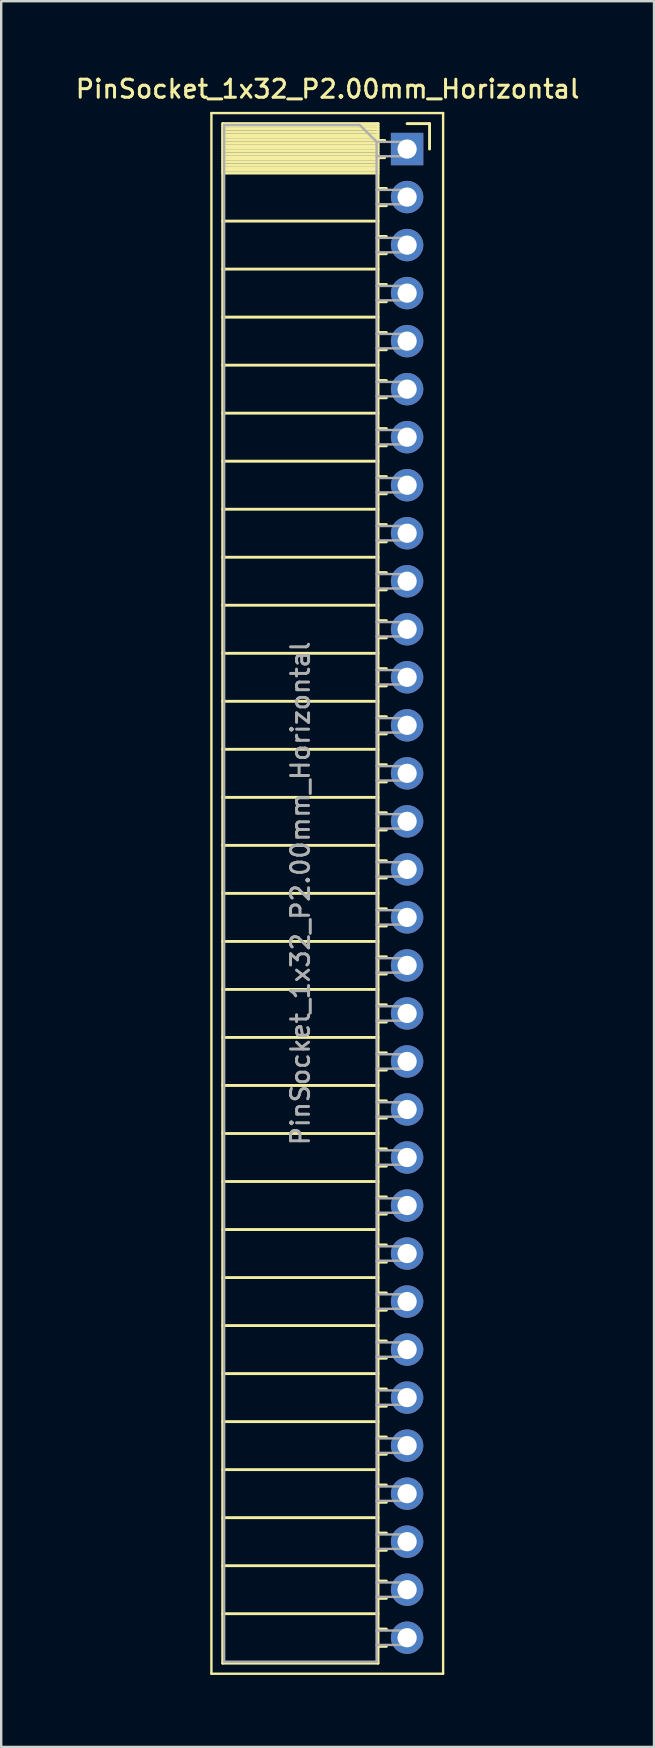
<source format=kicad_pcb>
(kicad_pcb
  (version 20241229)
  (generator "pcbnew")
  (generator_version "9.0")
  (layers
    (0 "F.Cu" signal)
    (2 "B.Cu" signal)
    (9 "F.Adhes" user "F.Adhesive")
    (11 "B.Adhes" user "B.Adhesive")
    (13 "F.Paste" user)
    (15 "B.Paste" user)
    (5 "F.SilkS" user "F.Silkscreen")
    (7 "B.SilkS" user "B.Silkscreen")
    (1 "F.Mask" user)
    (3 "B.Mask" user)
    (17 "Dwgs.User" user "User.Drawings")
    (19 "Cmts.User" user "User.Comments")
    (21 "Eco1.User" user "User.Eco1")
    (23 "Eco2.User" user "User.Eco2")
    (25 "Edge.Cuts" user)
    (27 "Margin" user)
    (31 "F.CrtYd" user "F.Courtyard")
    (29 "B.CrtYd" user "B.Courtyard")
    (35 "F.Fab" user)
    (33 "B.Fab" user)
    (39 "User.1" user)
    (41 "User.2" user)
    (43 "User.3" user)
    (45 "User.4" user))
  (footprint "PinSocket_1x32_P2.00mm_Horizontal"
    (layer "F.Cu")
    (at 13.905 3.158)
    (property "Reference" "PinSocket_1x32_P2.00mm_Horizontal" (at -3.31 -2.5 0) (layer "F.SilkS") (effects (font (size 0.75 0.75) (thickness 0.125))))
    (attr through_hole)
    (fp_line (start -8.15 -1.5) (end -8.15 63.5) (stroke (width 0.1) (type solid)) (layer "F.SilkS"))
    (fp_line (start -8.15 63.5) (end 1.5 63.5) (stroke (width 0.1) (type solid)) (layer "F.SilkS"))
    (fp_line (start -7.68 -1.06) (end -7.68 63.06) (stroke (width 0.12) (type solid)) (layer "F.SilkS"))
    (fp_line (start -7.68 -1.06) (end -1.21 -1.06) (stroke (width 0.12) (type solid)) (layer "F.SilkS"))
    (fp_line (start -7.68 -0.94) (end -1.21 -0.94) (stroke (width 0.12) (type solid)) (layer "F.SilkS"))
    (fp_line (start -7.68 -0.826) (end -1.21 -0.826) (stroke (width 0.12) (type solid)) (layer "F.SilkS"))
    (fp_line (start -7.68 -0.712) (end -1.21 -0.712) (stroke (width 0.12) (type solid)) (layer "F.SilkS"))
    (fp_line (start -7.68 -0.598) (end -1.21 -0.598) (stroke (width 0.12) (type solid)) (layer "F.SilkS"))
    (fp_line (start -7.68 -0.484) (end -1.21 -0.484) (stroke (width 0.12) (type solid)) (layer "F.SilkS"))
    (fp_line (start -7.68 -0.369) (end -1.21 -0.369) (stroke (width 0.12) (type solid)) (layer "F.SilkS"))
    (fp_line (start -7.68 -0.255) (end -1.21 -0.255) (stroke (width 0.12) (type solid)) (layer "F.SilkS"))
    (fp_line (start -7.68 -0.141) (end -1.21 -0.141) (stroke (width 0.12) (type solid)) (layer "F.SilkS"))
    (fp_line (start -7.68 -0.027) (end -1.21 -0.027) (stroke (width 0.12) (type solid)) (layer "F.SilkS"))
    (fp_line (start -7.68 0.087) (end -1.21 0.087) (stroke (width 0.12) (type solid)) (layer "F.SilkS"))
    (fp_line (start -7.68 0.201) (end -1.21 0.201) (stroke (width 0.12) (type solid)) (layer "F.SilkS"))
    (fp_line (start -7.68 0.315) (end -1.21 0.315) (stroke (width 0.12) (type solid)) (layer "F.SilkS"))
    (fp_line (start -7.68 0.429) (end -1.21 0.429) (stroke (width 0.12) (type solid)) (layer "F.SilkS"))
    (fp_line (start -7.68 0.544) (end -1.21 0.544) (stroke (width 0.12) (type solid)) (layer "F.SilkS"))
    (fp_line (start -7.68 0.658) (end -1.21 0.658) (stroke (width 0.12) (type solid)) (layer "F.SilkS"))
    (fp_line (start -7.68 0.772) (end -1.21 0.772) (stroke (width 0.12) (type solid)) (layer "F.SilkS"))
    (fp_line (start -7.68 0.886) (end -1.21 0.886) (stroke (width 0.12) (type solid)) (layer "F.SilkS"))
    (fp_line (start -7.68 1) (end -1.21 1) (stroke (width 0.12) (type solid)) (layer "F.SilkS"))
    (fp_line (start -7.68 3) (end -1.21 3) (stroke (width 0.12) (type solid)) (layer "F.SilkS"))
    (fp_line (start -7.68 5) (end -1.21 5) (stroke (width 0.12) (type solid)) (layer "F.SilkS"))
    (fp_line (start -7.68 7) (end -1.21 7) (stroke (width 0.12) (type solid)) (layer "F.SilkS"))
    (fp_line (start -7.68 9) (end -1.21 9) (stroke (width 0.12) (type solid)) (layer "F.SilkS"))
    (fp_line (start -7.68 11) (end -1.21 11) (stroke (width 0.12) (type solid)) (layer "F.SilkS"))
    (fp_line (start -7.68 13) (end -1.21 13) (stroke (width 0.12) (type solid)) (layer "F.SilkS"))
    (fp_line (start -7.68 15) (end -1.21 15) (stroke (width 0.12) (type solid)) (layer "F.SilkS"))
    (fp_line (start -7.68 17) (end -1.21 17) (stroke (width 0.12) (type solid)) (layer "F.SilkS"))
    (fp_line (start -7.68 19) (end -1.21 19) (stroke (width 0.12) (type solid)) (layer "F.SilkS"))
    (fp_line (start -7.68 21) (end -1.21 21) (stroke (width 0.12) (type solid)) (layer "F.SilkS"))
    (fp_line (start -7.68 23) (end -1.21 23) (stroke (width 0.12) (type solid)) (layer "F.SilkS"))
    (fp_line (start -7.68 25) (end -1.21 25) (stroke (width 0.12) (type solid)) (layer "F.SilkS"))
    (fp_line (start -7.68 27) (end -1.21 27) (stroke (width 0.12) (type solid)) (layer "F.SilkS"))
    (fp_line (start -7.68 29) (end -1.21 29) (stroke (width 0.12) (type solid)) (layer "F.SilkS"))
    (fp_line (start -7.68 31) (end -1.21 31) (stroke (width 0.12) (type solid)) (layer "F.SilkS"))
    (fp_line (start -7.68 33) (end -1.21 33) (stroke (width 0.12) (type solid)) (layer "F.SilkS"))
    (fp_line (start -7.68 35) (end -1.21 35) (stroke (width 0.12) (type solid)) (layer "F.SilkS"))
    (fp_line (start -7.68 37) (end -1.21 37) (stroke (width 0.12) (type solid)) (layer "F.SilkS"))
    (fp_line (start -7.68 39) (end -1.21 39) (stroke (width 0.12) (type solid)) (layer "F.SilkS"))
    (fp_line (start -7.68 41) (end -1.21 41) (stroke (width 0.12) (type solid)) (layer "F.SilkS"))
    (fp_line (start -7.68 43) (end -1.21 43) (stroke (width 0.12) (type solid)) (layer "F.SilkS"))
    (fp_line (start -7.68 45) (end -1.21 45) (stroke (width 0.12) (type solid)) (layer "F.SilkS"))
    (fp_line (start -7.68 47) (end -1.21 47) (stroke (width 0.12) (type solid)) (layer "F.SilkS"))
    (fp_line (start -7.68 49) (end -1.21 49) (stroke (width 0.12) (type solid)) (layer "F.SilkS"))
    (fp_line (start -7.68 51) (end -1.21 51) (stroke (width 0.12) (type solid)) (layer "F.SilkS"))
    (fp_line (start -7.68 53) (end -1.21 53) (stroke (width 0.12) (type solid)) (layer "F.SilkS"))
    (fp_line (start -7.68 55) (end -1.21 55) (stroke (width 0.12) (type solid)) (layer "F.SilkS"))
    (fp_line (start -7.68 57) (end -1.21 57) (stroke (width 0.12) (type solid)) (layer "F.SilkS"))
    (fp_line (start -7.68 59) (end -1.21 59) (stroke (width 0.12) (type solid)) (layer "F.SilkS"))
    (fp_line (start -7.68 61) (end -1.21 61) (stroke (width 0.12) (type solid)) (layer "F.SilkS"))
    (fp_line (start -7.68 63.06) (end -1.21 63.06) (stroke (width 0.12) (type solid)) (layer "F.SilkS"))
    (fp_line (start -1.21 -1.06) (end -1.21 63.06) (stroke (width 0.12) (type solid)) (layer "F.SilkS"))
    (fp_line (start -1.21 -0.36) (end -0.935 -0.36) (stroke (width 0.12) (type solid)) (layer "F.SilkS"))
    (fp_line (start -1.21 0.36) (end -0.935 0.36) (stroke (width 0.12) (type solid)) (layer "F.SilkS"))
    (fp_line (start -1.21 1.64) (end -0.863 1.64) (stroke (width 0.12) (type solid)) (layer "F.SilkS"))
    (fp_line (start -1.21 2.36) (end -0.863 2.36) (stroke (width 0.12) (type solid)) (layer "F.SilkS"))
    (fp_line (start -1.21 3.64) (end -0.863 3.64) (stroke (width 0.12) (type solid)) (layer "F.SilkS"))
    (fp_line (start -1.21 4.36) (end -0.863 4.36) (stroke (width 0.12) (type solid)) (layer "F.SilkS"))
    (fp_line (start -1.21 5.64) (end -0.863 5.64) (stroke (width 0.12) (type solid)) (layer "F.SilkS"))
    (fp_line (start -1.21 6.36) (end -0.863 6.36) (stroke (width 0.12) (type solid)) (layer "F.SilkS"))
    (fp_line (start -1.21 7.64) (end -0.863 7.64) (stroke (width 0.12) (type solid)) (layer "F.SilkS"))
    (fp_line (start -1.21 8.36) (end -0.863 8.36) (stroke (width 0.12) (type solid)) (layer "F.SilkS"))
    (fp_line (start -1.21 9.64) (end -0.863 9.64) (stroke (width 0.12) (type solid)) (layer "F.SilkS"))
    (fp_line (start -1.21 10.36) (end -0.863 10.36) (stroke (width 0.12) (type solid)) (layer "F.SilkS"))
    (fp_line (start -1.21 11.64) (end -0.863 11.64) (stroke (width 0.12) (type solid)) (layer "F.SilkS"))
    (fp_line (start -1.21 12.36) (end -0.863 12.36) (stroke (width 0.12) (type solid)) (layer "F.SilkS"))
    (fp_line (start -1.21 13.64) (end -0.863 13.64) (stroke (width 0.12) (type solid)) (layer "F.SilkS"))
    (fp_line (start -1.21 14.36) (end -0.863 14.36) (stroke (width 0.12) (type solid)) (layer "F.SilkS"))
    (fp_line (start -1.21 15.64) (end -0.863 15.64) (stroke (width 0.12) (type solid)) (layer "F.SilkS"))
    (fp_line (start -1.21 16.36) (end -0.863 16.36) (stroke (width 0.12) (type solid)) (layer "F.SilkS"))
    (fp_line (start -1.21 17.64) (end -0.863 17.64) (stroke (width 0.12) (type solid)) (layer "F.SilkS"))
    (fp_line (start -1.21 18.36) (end -0.863 18.36) (stroke (width 0.12) (type solid)) (layer "F.SilkS"))
    (fp_line (start -1.21 19.64) (end -0.863 19.64) (stroke (width 0.12) (type solid)) (layer "F.SilkS"))
    (fp_line (start -1.21 20.36) (end -0.863 20.36) (stroke (width 0.12) (type solid)) (layer "F.SilkS"))
    (fp_line (start -1.21 21.64) (end -0.863 21.64) (stroke (width 0.12) (type solid)) (layer "F.SilkS"))
    (fp_line (start -1.21 22.36) (end -0.863 22.36) (stroke (width 0.12) (type solid)) (layer "F.SilkS"))
    (fp_line (start -1.21 23.64) (end -0.863 23.64) (stroke (width 0.12) (type solid)) (layer "F.SilkS"))
    (fp_line (start -1.21 24.36) (end -0.863 24.36) (stroke (width 0.12) (type solid)) (layer "F.SilkS"))
    (fp_line (start -1.21 25.64) (end -0.863 25.64) (stroke (width 0.12) (type solid)) (layer "F.SilkS"))
    (fp_line (start -1.21 26.36) (end -0.863 26.36) (stroke (width 0.12) (type solid)) (layer "F.SilkS"))
    (fp_line (start -1.21 27.64) (end -0.863 27.64) (stroke (width 0.12) (type solid)) (layer "F.SilkS"))
    (fp_line (start -1.21 28.36) (end -0.863 28.36) (stroke (width 0.12) (type solid)) (layer "F.SilkS"))
    (fp_line (start -1.21 29.64) (end -0.863 29.64) (stroke (width 0.12) (type solid)) (layer "F.SilkS"))
    (fp_line (start -1.21 30.36) (end -0.863 30.36) (stroke (width 0.12) (type solid)) (layer "F.SilkS"))
    (fp_line (start -1.21 31.64) (end -0.863 31.64) (stroke (width 0.12) (type solid)) (layer "F.SilkS"))
    (fp_line (start -1.21 32.36) (end -0.863 32.36) (stroke (width 0.12) (type solid)) (layer "F.SilkS"))
    (fp_line (start -1.21 33.64) (end -0.863 33.64) (stroke (width 0.12) (type solid)) (layer "F.SilkS"))
    (fp_line (start -1.21 34.36) (end -0.863 34.36) (stroke (width 0.12) (type solid)) (layer "F.SilkS"))
    (fp_line (start -1.21 35.64) (end -0.863 35.64) (stroke (width 0.12) (type solid)) (layer "F.SilkS"))
    (fp_line (start -1.21 36.36) (end -0.863 36.36) (stroke (width 0.12) (type solid)) (layer "F.SilkS"))
    (fp_line (start -1.21 37.64) (end -0.863 37.64) (stroke (width 0.12) (type solid)) (layer "F.SilkS"))
    (fp_line (start -1.21 38.36) (end -0.863 38.36) (stroke (width 0.12) (type solid)) (layer "F.SilkS"))
    (fp_line (start -1.21 39.64) (end -0.863 39.64) (stroke (width 0.12) (type solid)) (layer "F.SilkS"))
    (fp_line (start -1.21 40.36) (end -0.863 40.36) (stroke (width 0.12) (type solid)) (layer "F.SilkS"))
    (fp_line (start -1.21 41.64) (end -0.863 41.64) (stroke (width 0.12) (type solid)) (layer "F.SilkS"))
    (fp_line (start -1.21 42.36) (end -0.863 42.36) (stroke (width 0.12) (type solid)) (layer "F.SilkS"))
    (fp_line (start -1.21 43.64) (end -0.863 43.64) (stroke (width 0.12) (type solid)) (layer "F.SilkS"))
    (fp_line (start -1.21 44.36) (end -0.863 44.36) (stroke (width 0.12) (type solid)) (layer "F.SilkS"))
    (fp_line (start -1.21 45.64) (end -0.863 45.64) (stroke (width 0.12) (type solid)) (layer "F.SilkS"))
    (fp_line (start -1.21 46.36) (end -0.863 46.36) (stroke (width 0.12) (type solid)) (layer "F.SilkS"))
    (fp_line (start -1.21 47.64) (end -0.863 47.64) (stroke (width 0.12) (type solid)) (layer "F.SilkS"))
    (fp_line (start -1.21 48.36) (end -0.863 48.36) (stroke (width 0.12) (type solid)) (layer "F.SilkS"))
    (fp_line (start -1.21 49.64) (end -0.863 49.64) (stroke (width 0.12) (type solid)) (layer "F.SilkS"))
    (fp_line (start -1.21 50.36) (end -0.863 50.36) (stroke (width 0.12) (type solid)) (layer "F.SilkS"))
    (fp_line (start -1.21 51.64) (end -0.863 51.64) (stroke (width 0.12) (type solid)) (layer "F.SilkS"))
    (fp_line (start -1.21 52.36) (end -0.863 52.36) (stroke (width 0.12) (type solid)) (layer "F.SilkS"))
    (fp_line (start -1.21 53.64) (end -0.863 53.64) (stroke (width 0.12) (type solid)) (layer "F.SilkS"))
    (fp_line (start -1.21 54.36) (end -0.863 54.36) (stroke (width 0.12) (type solid)) (layer "F.SilkS"))
    (fp_line (start -1.21 55.64) (end -0.863 55.64) (stroke (width 0.12) (type solid)) (layer "F.SilkS"))
    (fp_line (start -1.21 56.36) (end -0.863 56.36) (stroke (width 0.12) (type solid)) (layer "F.SilkS"))
    (fp_line (start -1.21 57.64) (end -0.863 57.64) (stroke (width 0.12) (type solid)) (layer "F.SilkS"))
    (fp_line (start -1.21 58.36) (end -0.863 58.36) (stroke (width 0.12) (type solid)) (layer "F.SilkS"))
    (fp_line (start -1.21 59.64) (end -0.863 59.64) (stroke (width 0.12) (type solid)) (layer "F.SilkS"))
    (fp_line (start -1.21 60.36) (end -0.863 60.36) (stroke (width 0.12) (type solid)) (layer "F.SilkS"))
    (fp_line (start -1.21 61.64) (end -0.863 61.64) (stroke (width 0.12) (type solid)) (layer "F.SilkS"))
    (fp_line (start -1.21 62.36) (end -0.863 62.36) (stroke (width 0.12) (type solid)) (layer "F.SilkS"))
    (fp_line (start 0 -1.06) (end 0.935 -1.06) (stroke (width 0.12) (type solid)) (layer "F.SilkS"))
    (fp_line (start 0.935 -1.06) (end 0.935 0) (stroke (width 0.12) (type solid)) (layer "F.SilkS"))
    (fp_line (start 1.5 -1.5) (end -8.15 -1.5) (stroke (width 0.1) (type solid)) (layer "F.SilkS"))
    (fp_line (start 1.5 63.5) (end 1.5 -1.5) (stroke (width 0.1) (type solid)) (layer "F.SilkS"))
    (fp_line (start -7.62 -1) (end -1.97 -1) (stroke (width 0.1) (type solid)) (layer "F.Fab"))
    (fp_line (start -7.62 63) (end -7.62 -1) (stroke (width 0.1) (type solid)) (layer "F.Fab"))
    (fp_line (start -1.97 -1) (end -1.27 -0.3) (stroke (width 0.1) (type solid)) (layer "F.Fab"))
    (fp_line (start -1.27 -0.3) (end -1.27 63) (stroke (width 0.1) (type solid)) (layer "F.Fab"))
    (fp_line (start -1.27 0.3) (end 0 0.3) (stroke (width 0.1) (type solid)) (layer "F.Fab"))
    (fp_line (start -1.27 2.3) (end 0 2.3) (stroke (width 0.1) (type solid)) (layer "F.Fab"))
    (fp_line (start -1.27 4.3) (end 0 4.3) (stroke (width 0.1) (type solid)) (layer "F.Fab"))
    (fp_line (start -1.27 6.3) (end 0 6.3) (stroke (width 0.1) (type solid)) (layer "F.Fab"))
    (fp_line (start -1.27 8.3) (end 0 8.3) (stroke (width 0.1) (type solid)) (layer "F.Fab"))
    (fp_line (start -1.27 10.3) (end 0 10.3) (stroke (width 0.1) (type solid)) (layer "F.Fab"))
    (fp_line (start -1.27 12.3) (end 0 12.3) (stroke (width 0.1) (type solid)) (layer "F.Fab"))
    (fp_line (start -1.27 14.3) (end 0 14.3) (stroke (width 0.1) (type solid)) (layer "F.Fab"))
    (fp_line (start -1.27 16.3) (end 0 16.3) (stroke (width 0.1) (type solid)) (layer "F.Fab"))
    (fp_line (start -1.27 18.3) (end 0 18.3) (stroke (width 0.1) (type solid)) (layer "F.Fab"))
    (fp_line (start -1.27 20.3) (end 0 20.3) (stroke (width 0.1) (type solid)) (layer "F.Fab"))
    (fp_line (start -1.27 22.3) (end 0 22.3) (stroke (width 0.1) (type solid)) (layer "F.Fab"))
    (fp_line (start -1.27 24.3) (end 0 24.3) (stroke (width 0.1) (type solid)) (layer "F.Fab"))
    (fp_line (start -1.27 26.3) (end 0 26.3) (stroke (width 0.1) (type solid)) (layer "F.Fab"))
    (fp_line (start -1.27 28.3) (end 0 28.3) (stroke (width 0.1) (type solid)) (layer "F.Fab"))
    (fp_line (start -1.27 30.3) (end 0 30.3) (stroke (width 0.1) (type solid)) (layer "F.Fab"))
    (fp_line (start -1.27 32.3) (end 0 32.3) (stroke (width 0.1) (type solid)) (layer "F.Fab"))
    (fp_line (start -1.27 34.3) (end 0 34.3) (stroke (width 0.1) (type solid)) (layer "F.Fab"))
    (fp_line (start -1.27 36.3) (end 0 36.3) (stroke (width 0.1) (type solid)) (layer "F.Fab"))
    (fp_line (start -1.27 38.3) (end 0 38.3) (stroke (width 0.1) (type solid)) (layer "F.Fab"))
    (fp_line (start -1.27 40.3) (end 0 40.3) (stroke (width 0.1) (type solid)) (layer "F.Fab"))
    (fp_line (start -1.27 42.3) (end 0 42.3) (stroke (width 0.1) (type solid)) (layer "F.Fab"))
    (fp_line (start -1.27 44.3) (end 0 44.3) (stroke (width 0.1) (type solid)) (layer "F.Fab"))
    (fp_line (start -1.27 46.3) (end 0 46.3) (stroke (width 0.1) (type solid)) (layer "F.Fab"))
    (fp_line (start -1.27 48.3) (end 0 48.3) (stroke (width 0.1) (type solid)) (layer "F.Fab"))
    (fp_line (start -1.27 50.3) (end 0 50.3) (stroke (width 0.1) (type solid)) (layer "F.Fab"))
    (fp_line (start -1.27 52.3) (end 0 52.3) (stroke (width 0.1) (type solid)) (layer "F.Fab"))
    (fp_line (start -1.27 54.3) (end 0 54.3) (stroke (width 0.1) (type solid)) (layer "F.Fab"))
    (fp_line (start -1.27 56.3) (end 0 56.3) (stroke (width 0.1) (type solid)) (layer "F.Fab"))
    (fp_line (start -1.27 58.3) (end 0 58.3) (stroke (width 0.1) (type solid)) (layer "F.Fab"))
    (fp_line (start -1.27 60.3) (end 0 60.3) (stroke (width 0.1) (type solid)) (layer "F.Fab"))
    (fp_line (start -1.27 62.3) (end 0 62.3) (stroke (width 0.1) (type solid)) (layer "F.Fab"))
    (fp_line (start -1.27 63) (end -7.62 63) (stroke (width 0.1) (type solid)) (layer "F.Fab"))
    (fp_line (start 0 -0.3) (end -1.27 -0.3) (stroke (width 0.1) (type solid)) (layer "F.Fab"))
    (fp_line (start 0 0.3) (end 0 -0.3) (stroke (width 0.1) (type solid)) (layer "F.Fab"))
    (fp_line (start 0 1.7) (end -1.27 1.7) (stroke (width 0.1) (type solid)) (layer "F.Fab"))
    (fp_line (start 0 2.3) (end 0 1.7) (stroke (width 0.1) (type solid)) (layer "F.Fab"))
    (fp_line (start 0 3.7) (end -1.27 3.7) (stroke (width 0.1) (type solid)) (layer "F.Fab"))
    (fp_line (start 0 4.3) (end 0 3.7) (stroke (width 0.1) (type solid)) (layer "F.Fab"))
    (fp_line (start 0 5.7) (end -1.27 5.7) (stroke (width 0.1) (type solid)) (layer "F.Fab"))
    (fp_line (start 0 6.3) (end 0 5.7) (stroke (width 0.1) (type solid)) (layer "F.Fab"))
    (fp_line (start 0 7.7) (end -1.27 7.7) (stroke (width 0.1) (type solid)) (layer "F.Fab"))
    (fp_line (start 0 8.3) (end 0 7.7) (stroke (width 0.1) (type solid)) (layer "F.Fab"))
    (fp_line (start 0 9.7) (end -1.27 9.7) (stroke (width 0.1) (type solid)) (layer "F.Fab"))
    (fp_line (start 0 10.3) (end 0 9.7) (stroke (width 0.1) (type solid)) (layer "F.Fab"))
    (fp_line (start 0 11.7) (end -1.27 11.7) (stroke (width 0.1) (type solid)) (layer "F.Fab"))
    (fp_line (start 0 12.3) (end 0 11.7) (stroke (width 0.1) (type solid)) (layer "F.Fab"))
    (fp_line (start 0 13.7) (end -1.27 13.7) (stroke (width 0.1) (type solid)) (layer "F.Fab"))
    (fp_line (start 0 14.3) (end 0 13.7) (stroke (width 0.1) (type solid)) (layer "F.Fab"))
    (fp_line (start 0 15.7) (end -1.27 15.7) (stroke (width 0.1) (type solid)) (layer "F.Fab"))
    (fp_line (start 0 16.3) (end 0 15.7) (stroke (width 0.1) (type solid)) (layer "F.Fab"))
    (fp_line (start 0 17.7) (end -1.27 17.7) (stroke (width 0.1) (type solid)) (layer "F.Fab"))
    (fp_line (start 0 18.3) (end 0 17.7) (stroke (width 0.1) (type solid)) (layer "F.Fab"))
    (fp_line (start 0 19.7) (end -1.27 19.7) (stroke (width 0.1) (type solid)) (layer "F.Fab"))
    (fp_line (start 0 20.3) (end 0 19.7) (stroke (width 0.1) (type solid)) (layer "F.Fab"))
    (fp_line (start 0 21.7) (end -1.27 21.7) (stroke (width 0.1) (type solid)) (layer "F.Fab"))
    (fp_line (start 0 22.3) (end 0 21.7) (stroke (width 0.1) (type solid)) (layer "F.Fab"))
    (fp_line (start 0 23.7) (end -1.27 23.7) (stroke (width 0.1) (type solid)) (layer "F.Fab"))
    (fp_line (start 0 24.3) (end 0 23.7) (stroke (width 0.1) (type solid)) (layer "F.Fab"))
    (fp_line (start 0 25.7) (end -1.27 25.7) (stroke (width 0.1) (type solid)) (layer "F.Fab"))
    (fp_line (start 0 26.3) (end 0 25.7) (stroke (width 0.1) (type solid)) (layer "F.Fab"))
    (fp_line (start 0 27.7) (end -1.27 27.7) (stroke (width 0.1) (type solid)) (layer "F.Fab"))
    (fp_line (start 0 28.3) (end 0 27.7) (stroke (width 0.1) (type solid)) (layer "F.Fab"))
    (fp_line (start 0 29.7) (end -1.27 29.7) (stroke (width 0.1) (type solid)) (layer "F.Fab"))
    (fp_line (start 0 30.3) (end 0 29.7) (stroke (width 0.1) (type solid)) (layer "F.Fab"))
    (fp_line (start 0 31.7) (end -1.27 31.7) (stroke (width 0.1) (type solid)) (layer "F.Fab"))
    (fp_line (start 0 32.3) (end 0 31.7) (stroke (width 0.1) (type solid)) (layer "F.Fab"))
    (fp_line (start 0 33.7) (end -1.27 33.7) (stroke (width 0.1) (type solid)) (layer "F.Fab"))
    (fp_line (start 0 34.3) (end 0 33.7) (stroke (width 0.1) (type solid)) (layer "F.Fab"))
    (fp_line (start 0 35.7) (end -1.27 35.7) (stroke (width 0.1) (type solid)) (layer "F.Fab"))
    (fp_line (start 0 36.3) (end 0 35.7) (stroke (width 0.1) (type solid)) (layer "F.Fab"))
    (fp_line (start 0 37.7) (end -1.27 37.7) (stroke (width 0.1) (type solid)) (layer "F.Fab"))
    (fp_line (start 0 38.3) (end 0 37.7) (stroke (width 0.1) (type solid)) (layer "F.Fab"))
    (fp_line (start 0 39.7) (end -1.27 39.7) (stroke (width 0.1) (type solid)) (layer "F.Fab"))
    (fp_line (start 0 40.3) (end 0 39.7) (stroke (width 0.1) (type solid)) (layer "F.Fab"))
    (fp_line (start 0 41.7) (end -1.27 41.7) (stroke (width 0.1) (type solid)) (layer "F.Fab"))
    (fp_line (start 0 42.3) (end 0 41.7) (stroke (width 0.1) (type solid)) (layer "F.Fab"))
    (fp_line (start 0 43.7) (end -1.27 43.7) (stroke (width 0.1) (type solid)) (layer "F.Fab"))
    (fp_line (start 0 44.3) (end 0 43.7) (stroke (width 0.1) (type solid)) (layer "F.Fab"))
    (fp_line (start 0 45.7) (end -1.27 45.7) (stroke (width 0.1) (type solid)) (layer "F.Fab"))
    (fp_line (start 0 46.3) (end 0 45.7) (stroke (width 0.1) (type solid)) (layer "F.Fab"))
    (fp_line (start 0 47.7) (end -1.27 47.7) (stroke (width 0.1) (type solid)) (layer "F.Fab"))
    (fp_line (start 0 48.3) (end 0 47.7) (stroke (width 0.1) (type solid)) (layer "F.Fab"))
    (fp_line (start 0 49.7) (end -1.27 49.7) (stroke (width 0.1) (type solid)) (layer "F.Fab"))
    (fp_line (start 0 50.3) (end 0 49.7) (stroke (width 0.1) (type solid)) (layer "F.Fab"))
    (fp_line (start 0 51.7) (end -1.27 51.7) (stroke (width 0.1) (type solid)) (layer "F.Fab"))
    (fp_line (start 0 52.3) (end 0 51.7) (stroke (width 0.1) (type solid)) (layer "F.Fab"))
    (fp_line (start 0 53.7) (end -1.27 53.7) (stroke (width 0.1) (type solid)) (layer "F.Fab"))
    (fp_line (start 0 54.3) (end 0 53.7) (stroke (width 0.1) (type solid)) (layer "F.Fab"))
    (fp_line (start 0 55.7) (end -1.27 55.7) (stroke (width 0.1) (type solid)) (layer "F.Fab"))
    (fp_line (start 0 56.3) (end 0 55.7) (stroke (width 0.1) (type solid)) (layer "F.Fab"))
    (fp_line (start 0 57.7) (end -1.27 57.7) (stroke (width 0.1) (type solid)) (layer "F.Fab"))
    (fp_line (start 0 58.3) (end 0 57.7) (stroke (width 0.1) (type solid)) (layer "F.Fab"))
    (fp_line (start 0 59.7) (end -1.27 59.7) (stroke (width 0.1) (type solid)) (layer "F.Fab"))
    (fp_line (start 0 60.3) (end 0 59.7) (stroke (width 0.1) (type solid)) (layer "F.Fab"))
    (fp_line (start 0 61.7) (end -1.27 61.7) (stroke (width 0.1) (type solid)) (layer "F.Fab"))
    (fp_line (start 0 62.3) (end 0 61.7) (stroke (width 0.1) (type solid)) (layer "F.Fab"))
    (fp_text user "${REFERENCE}" (at -4.445 31 90) (layer "F.Fab") (effects (font (size 0.75 0.75) (thickness 0.125))))
    (pad "1" thru_hole rect (at 0 0) (size 1.35 1.35) (drill 0.8) (layers "*.Cu" "*.Mask"))
    (pad "2" thru_hole oval (at 0 2) (size 1.35 1.35) (drill 0.8) (layers "*.Cu" "*.Mask"))
    (pad "3" thru_hole oval (at 0 4) (size 1.35 1.35) (drill 0.8) (layers "*.Cu" "*.Mask"))
    (pad "4" thru_hole oval (at 0 6) (size 1.35 1.35) (drill 0.8) (layers "*.Cu" "*.Mask"))
    (pad "5" thru_hole oval (at 0 8) (size 1.35 1.35) (drill 0.8) (layers "*.Cu" "*.Mask"))
    (pad "6" thru_hole oval (at 0 10) (size 1.35 1.35) (drill 0.8) (layers "*.Cu" "*.Mask"))
    (pad "7" thru_hole oval (at 0 12) (size 1.35 1.35) (drill 0.8) (layers "*.Cu" "*.Mask"))
    (pad "8" thru_hole oval (at 0 14) (size 1.35 1.35) (drill 0.8) (layers "*.Cu" "*.Mask"))
    (pad "9" thru_hole oval (at 0 16) (size 1.35 1.35) (drill 0.8) (layers "*.Cu" "*.Mask"))
    (pad "10" thru_hole oval (at 0 18) (size 1.35 1.35) (drill 0.8) (layers "*.Cu" "*.Mask"))
    (pad "11" thru_hole oval (at 0 20) (size 1.35 1.35) (drill 0.8) (layers "*.Cu" "*.Mask"))
    (pad "12" thru_hole oval (at 0 22) (size 1.35 1.35) (drill 0.8) (layers "*.Cu" "*.Mask"))
    (pad "13" thru_hole oval (at 0 24) (size 1.35 1.35) (drill 0.8) (layers "*.Cu" "*.Mask"))
    (pad "14" thru_hole oval (at 0 26) (size 1.35 1.35) (drill 0.8) (layers "*.Cu" "*.Mask"))
    (pad "15" thru_hole oval (at 0 28) (size 1.35 1.35) (drill 0.8) (layers "*.Cu" "*.Mask"))
    (pad "16" thru_hole oval (at 0 30) (size 1.35 1.35) (drill 0.8) (layers "*.Cu" "*.Mask"))
    (pad "17" thru_hole oval (at 0 32) (size 1.35 1.35) (drill 0.8) (layers "*.Cu" "*.Mask"))
    (pad "18" thru_hole oval (at 0 34) (size 1.35 1.35) (drill 0.8) (layers "*.Cu" "*.Mask"))
    (pad "19" thru_hole oval (at 0 36) (size 1.35 1.35) (drill 0.8) (layers "*.Cu" "*.Mask"))
    (pad "20" thru_hole oval (at 0 38) (size 1.35 1.35) (drill 0.8) (layers "*.Cu" "*.Mask"))
    (pad "21" thru_hole oval (at 0 40) (size 1.35 1.35) (drill 0.8) (layers "*.Cu" "*.Mask"))
    (pad "22" thru_hole oval (at 0 42) (size 1.35 1.35) (drill 0.8) (layers "*.Cu" "*.Mask"))
    (pad "23" thru_hole oval (at 0 44) (size 1.35 1.35) (drill 0.8) (layers "*.Cu" "*.Mask"))
    (pad "24" thru_hole oval (at 0 46) (size 1.35 1.35) (drill 0.8) (layers "*.Cu" "*.Mask"))
    (pad "25" thru_hole oval (at 0 48) (size 1.35 1.35) (drill 0.8) (layers "*.Cu" "*.Mask"))
    (pad "26" thru_hole oval (at 0 50) (size 1.35 1.35) (drill 0.8) (layers "*.Cu" "*.Mask"))
    (pad "27" thru_hole oval (at 0 52) (size 1.35 1.35) (drill 0.8) (layers "*.Cu" "*.Mask"))
    (pad "28" thru_hole oval (at 0 54) (size 1.35 1.35) (drill 0.8) (layers "*.Cu" "*.Mask"))
    (pad "29" thru_hole oval (at 0 56) (size 1.35 1.35) (drill 0.8) (layers "*.Cu" "*.Mask"))
    (pad "30" thru_hole oval (at 0 58) (size 1.35 1.35) (drill 0.8) (layers "*.Cu" "*.Mask"))
    (pad "31" thru_hole oval (at 0 60) (size 1.35 1.35) (drill 0.8) (layers "*.Cu" "*.Mask"))
    (pad "32" thru_hole oval (at 0 62) (size 1.35 1.35) (drill 0.8) (layers "*.Cu" "*.Mask")))
  (gr_rect
    (start -3 -3)
    (end 24.189 69.708)
    (stroke (width 0.1) (type default))
    (fill no)
    (layer "Edge.Cuts")))
</source>
